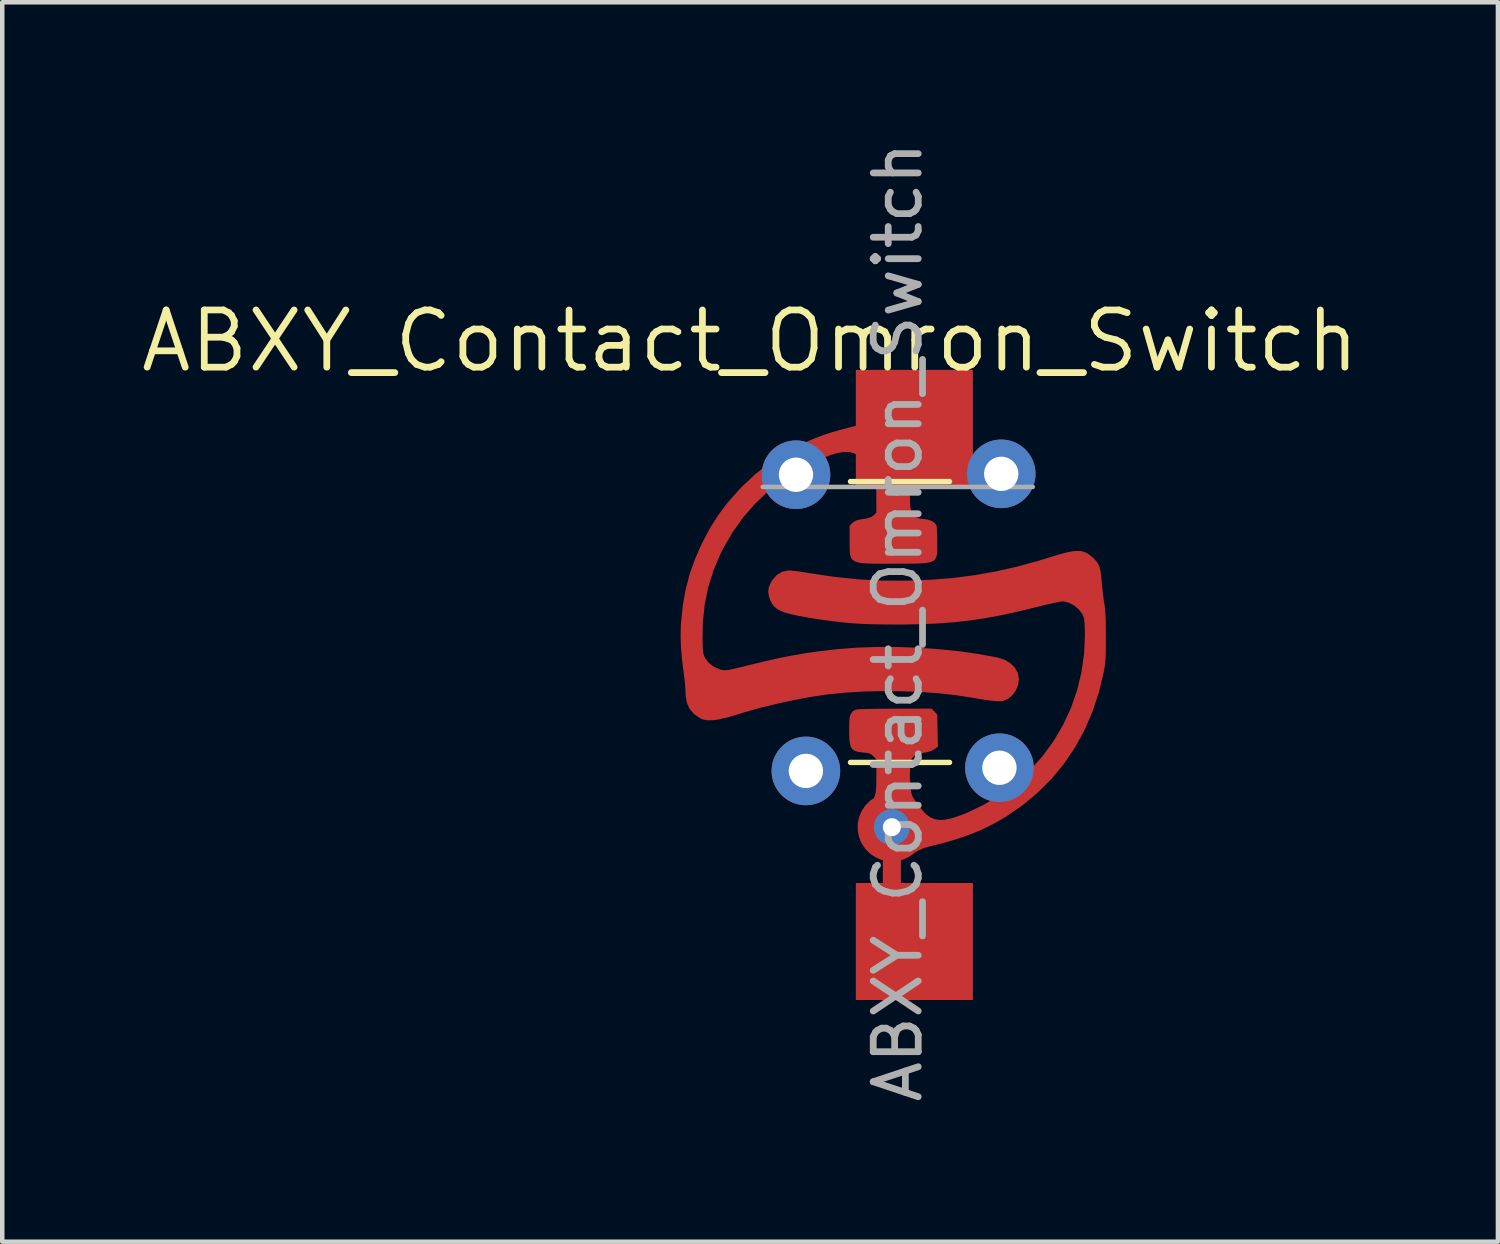
<source format=kicad_pcb>
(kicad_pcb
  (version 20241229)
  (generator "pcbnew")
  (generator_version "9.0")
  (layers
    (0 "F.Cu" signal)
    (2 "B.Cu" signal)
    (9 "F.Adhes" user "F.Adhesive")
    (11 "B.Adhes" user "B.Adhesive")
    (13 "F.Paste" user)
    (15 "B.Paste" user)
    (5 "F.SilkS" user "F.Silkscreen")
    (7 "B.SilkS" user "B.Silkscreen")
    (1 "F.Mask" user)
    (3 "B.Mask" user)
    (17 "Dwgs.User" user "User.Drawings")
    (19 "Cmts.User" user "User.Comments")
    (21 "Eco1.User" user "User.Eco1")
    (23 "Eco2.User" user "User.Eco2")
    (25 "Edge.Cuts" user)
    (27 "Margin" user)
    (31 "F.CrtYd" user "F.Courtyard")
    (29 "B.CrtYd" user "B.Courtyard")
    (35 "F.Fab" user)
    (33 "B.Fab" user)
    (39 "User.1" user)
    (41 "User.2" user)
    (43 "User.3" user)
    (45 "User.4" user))
  (footprint "ABXY_Contact_Omron_Switch"
    (layer "F.Cu")
    (at 16.764 11.027)
    (property "Reference" "ABXY_Contact_Omron_Switch" (at -3.15 -6.5 0) (layer "F.SilkS") (effects (font (size 1.27 1.27) (thickness 0.15))))
    (attr through_hole)
    (fp_rect (start -0.8 -5.86) (end 1.8 -3.26) (stroke (width 0) (type solid)) (fill yes) (layer "F.Mask"))
    (fp_rect (start -0.8 5.54) (end 1.8 8.14) (stroke (width 0) (type solid)) (fill yes) (layer "F.Mask"))
    (fp_circle (center 0 0) (end 4.05 0.06) (stroke (width 0.12) (type solid)) (fill yes) (layer "F.Mask"))
    (fp_line (start -0.919 -3.379) (end 1.281 -3.379) (stroke (width 0.12) (type solid)) (layer "F.SilkS"))
    (fp_line (start 1.281 2.861) (end -0.919 2.861) (stroke (width 0.12) (type solid)) (layer "F.SilkS"))
    (fp_line (start -2.869 -3.259) (end 3.131 -3.259) (stroke (width 0.1) (type solid)) (layer "F.Fab"))
    (fp_text user "${REFERENCE}" (at 0.131 -0.259 90) (layer "F.Fab") (effects (font (size 1 1) (thickness 0.15))))
    (pad "" np_thru_hole circle (at -2.13 -3.53) (size 1.524 1.524) (drill 0.762) (layers "*.Cu" "*.Mask"))
    (pad "" np_thru_hole circle (at 2.39 2.98) (size 1.524 1.524) (drill 0.762) (layers "*.Cu" "*.Mask"))
    (pad "1" smd custom (at 0 -4.2) (size 1.524 1.524) (layers "F.Cu" "F.Mask" "F.Paste") (options (anchor circle)) (primitives (gr_rect (start -0.8 -1.66) (end 1.8 0.94) (width 0) (fill yes)) (gr_poly (pts (xy 0.252 -0.691) (xy 0.406 -0.622) (xy 0.542 -0.517) (xy 0.562 -0.495) (xy 0.646 -0.394) (xy 0.702 -0.297) (xy 0.735 -0.19) (xy 0.749 -0.061) (xy 0.75 0.007) (xy 0.748 0.108) (xy 0.742 0.179) (xy 0.729 0.235) (xy 0.707 0.289) (xy 0.694 0.315) (xy 0.647 0.392) (xy 0.588 0.478) (xy 0.55 0.527) (xy 0.494 0.603) (xy 0.453 0.683) (xy 0.424 0.775) (xy 0.407 0.887) (xy 0.398 1.027) (xy 0.396 1.134) (xy 0.398 1.282) (xy 0.406 1.394) (xy 0.423 1.478) (xy 0.451 1.54) (xy 0.49 1.586) (xy 0.532 1.616) (xy 0.614 1.648) (xy 0.697 1.659) (xy 0.796 1.671) (xy 0.884 1.701) (xy 0.951 1.746) (xy 0.987 1.799) (xy 0.987 1.8) (xy 0.993 1.842) (xy 0.998 1.917) (xy 1.002 2.016) (xy 1.004 2.128) (xy 1.004 2.167) (xy 1.004 2.278) (xy 1.003 2.371) (xy 0.996 2.447) (xy 0.98 2.506) (xy 0.952 2.552) (xy 0.907 2.587) (xy 0.842 2.61) (xy 0.754 2.626) (xy 0.638 2.635) (xy 0.492 2.639) (xy 0.311 2.641) (xy 0.092 2.641) (xy 0.051 2.641) (xy -0.178 2.642) (xy -0.369 2.641) (xy -0.525 2.638) (xy -0.649 2.63) (xy -0.745 2.615) (xy -0.817 2.592) (xy -0.867 2.558) (xy -0.901 2.512) (xy -0.921 2.451) (xy -0.93 2.375) (xy -0.933 2.28) (xy -0.933 2.166) (xy -0.933 2.119) (xy -0.933 1.803) (xy -0.874 1.744) (xy -0.791 1.69) (xy -0.725 1.672) (xy -0.642 1.659) (xy -0.556 1.647) (xy -0.548 1.645) (xy -0.451 1.612) (xy -0.399 1.573) (xy -0.34 1.514) (xy -0.341 1.136) (xy -0.342 0.974) (xy -0.349 0.846) (xy -0.363 0.742) (xy -0.389 0.656) (xy -0.429 0.577) (xy -0.486 0.498) (xy -0.564 0.409) (xy -0.632 0.338) (xy -0.732 0.248) (xy -0.835 0.189) (xy -0.946 0.16) (xy -1.073 0.159) (xy -1.221 0.185) (xy -1.372 0.23) (xy -1.74 0.375) (xy -2.094 0.558) (xy -2.43 0.777) (xy -2.747 1.028) (xy -3.041 1.309) (xy -3.308 1.616) (xy -3.545 1.948) (xy -3.75 2.302) (xy -3.809 2.421) (xy -3.966 2.79) (xy -4.083 3.164) (xy -4.162 3.547) (xy -4.204 3.944) (xy -4.21 4.339) (xy -4.207 4.463) (xy -4.203 4.554) (xy -4.196 4.619) (xy -4.186 4.667) (xy -4.171 4.707) (xy -4.151 4.747) (xy -4.15 4.748) (xy -4.064 4.86) (xy -3.949 4.946) (xy -3.816 5.001) (xy -3.8 5.005) (xy -3.762 5.013) (xy -3.727 5.017) (xy -3.688 5.018) (xy -3.641 5.013) (xy -3.578 5.001) (xy -3.495 4.983) (xy -3.385 4.957) (xy -3.243 4.922) (xy -3.159 4.901) (xy -2.824 4.82) (xy -2.519 4.751) (xy -2.233 4.694) (xy -1.956 4.646) (xy -1.677 4.605) (xy -1.386 4.569) (xy -1.208 4.55) (xy -0.789 4.517) (xy -0.345 4.501) (xy 0.114 4.502) (xy 0.58 4.518) (xy 1.042 4.55) (xy 1.493 4.596) (xy 1.922 4.657) (xy 2.322 4.731) (xy 2.365 4.741) (xy 2.513 4.79) (xy 2.635 4.865) (xy 2.73 4.961) (xy 2.792 5.074) (xy 2.817 5.2) (xy 2.817 5.212) (xy 2.8 5.339) (xy 2.751 5.458) (xy 2.677 5.561) (xy 2.584 5.641) (xy 2.478 5.689) (xy 2.457 5.694) (xy 2.387 5.698) (xy 2.281 5.692) (xy 2.138 5.675) (xy 1.956 5.648) (xy 1.776 5.617) (xy 1.423 5.562) (xy 1.039 5.52) (xy 0.633 5.491) (xy 0.214 5.475) (xy -0.208 5.472) (xy -0.624 5.481) (xy -1.024 5.505) (xy -1.4 5.542) (xy -1.42 5.544) (xy -1.774 5.596) (xy -2.153 5.666) (xy -2.543 5.75) (xy -2.931 5.845) (xy -3.303 5.95) (xy -3.462 5.999) (xy -3.665 6.059) (xy -3.835 6.099) (xy -3.977 6.119) (xy -4.093 6.121) (xy -4.189 6.104) (xy -4.252 6.078) (xy -4.388 5.986) (xy -4.487 5.873) (xy -4.549 5.738) (xy -4.576 5.582) (xy -4.577 5.533) (xy -4.58 5.448) (xy -4.589 5.337) (xy -4.601 5.213) (xy -4.617 5.092) (xy -4.655 4.792) (xy -4.679 4.523) (xy -4.688 4.274) (xy -4.684 4.038) (xy -4.678 3.95) (xy -4.639 3.568) (xy -4.575 3.212) (xy -4.485 2.871) (xy -4.365 2.535) (xy -4.226 2.219) (xy -4.051 1.884) (xy -3.86 1.579) (xy -3.645 1.293) (xy -3.398 1.014) (xy -3.304 0.917) (xy -3.039 0.669) (xy -2.77 0.452) (xy -2.488 0.26) (xy -2.18 0.084) (xy -2.002 -0.005) (xy -1.796 -0.099) (xy -1.594 -0.181) (xy -1.383 -0.253) (xy -1.152 -0.321) (xy -0.943 -0.375) (xy -0.786 -0.416) (xy -0.665 -0.453) (xy -0.573 -0.487) (xy -0.506 -0.521) (xy -0.499 -0.526) (xy -0.386 -0.595) (xy -0.299 -0.644) (xy -0.227 -0.677) (xy -0.163 -0.698) (xy -0.095 -0.712) (xy -0.094 -0.713) (xy 0.084 -0.722) (xy 0.252 -0.691)) (width 0.01) (fill yes))))
    (pad "2" thru_hole circle (at 0 4.3) (size 0.8 0.8) (drill 0.4) (layers "*.Cu" "*.Mask"))
    (pad "2" smd custom (at 0 4.3) (size 1.524 1.524) (layers "F.Cu" "F.Mask" "F.Paste") (options (anchor circle)) (primitives (gr_line (start 0 0) (end 0 2) (width 0.4)) (gr_rect (start -0.8 1.24) (end 1.8 3.84) (width 0) (fill yes)) (gr_poly (pts (xy 4.221 -6.125) (xy 4.302 -6.099) (xy 4.377 -6.056) (xy 4.451 -5.996) (xy 4.472 -5.977) (xy 4.532 -5.914) (xy 4.576 -5.852) (xy 4.608 -5.781) (xy 4.63 -5.693) (xy 4.646 -5.578) (xy 4.656 -5.462) (xy 4.668 -5.333) (xy 4.683 -5.196) (xy 4.699 -5.069) (xy 4.713 -4.98) (xy 4.726 -4.897) (xy 4.735 -4.804) (xy 4.742 -4.694) (xy 4.747 -4.56) (xy 4.749 -4.396) (xy 4.75 -4.238) (xy 4.749 -4.063) (xy 4.748 -3.923) (xy 4.745 -3.809) (xy 4.739 -3.715) (xy 4.732 -3.633) (xy 4.721 -3.555) (xy 4.707 -3.473) (xy 4.703 -3.452) (xy 4.596 -3) (xy 4.453 -2.568) (xy 4.275 -2.158) (xy 4.063 -1.771) (xy 3.817 -1.409) (xy 3.539 -1.072) (xy 3.228 -0.762) (xy 2.887 -0.48) (xy 2.525 -0.233) (xy 2.272 -0.087) (xy 2.014 0.042) (xy 1.741 0.156) (xy 1.447 0.257) (xy 1.125 0.351) (xy 0.858 0.417) (xy 0.713 0.458) (xy 0.587 0.515) (xy 0.516 0.556) (xy 0.435 0.605) (xy 0.359 0.647) (xy 0.301 0.677) (xy 0.292 0.681) (xy 0.186 0.71) (xy 0.062 0.723) (xy -0.061 0.719) (xy -0.088 0.715) (xy -0.231 0.671) (xy -0.369 0.593) (xy -0.491 0.489) (xy -0.587 0.367) (xy -0.611 0.322) (xy -0.664 0.173) (xy -0.683 0.008) (xy -0.676 -0.109) (xy -0.658 -0.205) (xy -0.63 -0.287) (xy -0.587 -0.369) (xy -0.52 -0.464) (xy -0.496 -0.496) (xy -0.443 -0.566) (xy -0.404 -0.626) (xy -0.377 -0.684) (xy -0.358 -0.749) (xy -0.347 -0.829) (xy -0.342 -0.931) (xy -0.34 -1.063) (xy -0.34 -1.139) (xy -0.34 -1.512) (xy -0.409 -1.58) (xy -0.451 -1.617) (xy -0.493 -1.64) (xy -0.55 -1.654) (xy -0.633 -1.663) (xy -0.735 -1.676) (xy -0.812 -1.696) (xy -0.867 -1.728) (xy -0.905 -1.78) (xy -0.927 -1.855) (xy -0.939 -1.959) (xy -0.943 -2.098) (xy -0.943 -2.153) (xy -0.943 -2.275) (xy -0.94 -2.362) (xy -0.934 -2.424) (xy -0.925 -2.469) (xy -0.91 -2.505) (xy -0.9 -2.523) (xy -0.863 -2.574) (xy -0.817 -2.6) (xy -0.762 -2.612) (xy -0.72 -2.615) (xy -0.64 -2.618) (xy -0.529 -2.621) (xy -0.392 -2.624) (xy -0.235 -2.626) (xy -0.063 -2.627) (xy 0.106 -2.628) (xy 0.88 -2.629) (xy 0.942 -2.565) (xy 1.004 -2.5) (xy 1.011 -2.145) (xy 1.017 -1.79) (xy 0.935 -1.733) (xy 0.861 -1.694) (xy 0.766 -1.668) (xy 0.698 -1.657) (xy 0.61 -1.644) (xy 0.551 -1.626) (xy 0.507 -1.6) (xy 0.479 -1.574) (xy 0.447 -1.539) (xy 0.427 -1.503) (xy 0.414 -1.454) (xy 0.405 -1.38) (xy 0.4 -1.324) (xy 0.394 -1.189) (xy 0.396 -1.05) (xy 0.405 -0.919) (xy 0.42 -0.803) (xy 0.44 -0.714) (xy 0.454 -0.68) (xy 0.493 -0.616) (xy 0.549 -0.534) (xy 0.616 -0.446) (xy 0.682 -0.365) (xy 0.738 -0.302) (xy 0.758 -0.283) (xy 0.849 -0.216) (xy 0.948 -0.173) (xy 1.058 -0.155) (xy 1.184 -0.162) (xy 1.332 -0.193) (xy 1.505 -0.25) (xy 1.664 -0.312) (xy 2.046 -0.495) (xy 2.408 -0.713) (xy 2.745 -0.964) (xy 3.056 -1.247) (xy 3.338 -1.558) (xy 3.589 -1.897) (xy 3.597 -1.91) (xy 3.808 -2.269) (xy 3.983 -2.646) (xy 4.12 -3.04) (xy 4.218 -3.445) (xy 4.276 -3.858) (xy 4.294 -4.275) (xy 4.292 -4.346) (xy 4.289 -4.467) (xy 4.284 -4.555) (xy 4.278 -4.618) (xy 4.267 -4.664) (xy 4.251 -4.704) (xy 4.229 -4.745) (xy 4.226 -4.751) (xy 4.149 -4.849) (xy 4.048 -4.932) (xy 3.934 -4.991) (xy 3.82 -5.02) (xy 3.789 -5.021) (xy 3.746 -5.016) (xy 3.669 -5.002) (xy 3.564 -4.979) (xy 3.439 -4.951) (xy 3.301 -4.917) (xy 3.213 -4.895) (xy 2.814 -4.798) (xy 2.443 -4.717) (xy 2.09 -4.651) (xy 1.748 -4.599) (xy 1.405 -4.56) (xy 1.053 -4.533) (xy 0.682 -4.516) (xy 0.283 -4.508) (xy 0.094 -4.507) (xy -0.186 -4.509) (xy -0.433 -4.513) (xy -0.656 -4.521) (xy -0.864 -4.534) (xy -1.067 -4.552) (xy -1.273 -4.575) (xy -1.492 -4.604) (xy -1.674 -4.631) (xy -1.904 -4.668) (xy -2.095 -4.704) (xy -2.253 -4.739) (xy -2.38 -4.775) (xy -2.481 -4.816) (xy -2.559 -4.861) (xy -2.619 -4.914) (xy -2.665 -4.977) (xy -2.699 -5.05) (xy -2.725 -5.125) (xy -2.742 -5.227) (xy -2.73 -5.325) (xy -2.685 -5.43) (xy -2.642 -5.5) (xy -2.55 -5.602) (xy -2.438 -5.669) (xy -2.311 -5.698) (xy -2.282 -5.699) (xy -2.226 -5.695) (xy -2.138 -5.685) (xy -2.027 -5.67) (xy -1.903 -5.651) (xy -1.815 -5.636) (xy -1.275 -5.556) (xy -0.753 -5.502) (xy -0.234 -5.474) (xy 0.296 -5.471) (xy 0.39 -5.473) (xy 0.904 -5.495) (xy 1.39 -5.535) (xy 1.86 -5.596) (xy 2.322 -5.679) (xy 2.789 -5.785) (xy 3.271 -5.918) (xy 3.534 -5.999) (xy 3.727 -6.057) (xy 3.887 -6.1) (xy 4.019 -6.125) (xy 4.128 -6.133) (xy 4.221 -6.125)) (width 0.01) (fill yes))))
    (pad "3" thru_hole circle (at 2.43 -3.55) (size 1.524 1.524) (drill 0.762) (layers "*.Cu" "*.Mask"))
    (pad "5" thru_hole circle (at -1.91 3.05) (size 1.524 1.524) (drill 0.762) (layers "*.Cu" "*.Mask"))
    (zone (net_name "") (layer "F.Cu") (hatch edge 0.508) (connect_pads) (min_thickness 0.254) (filled_areas_thickness no) (keepout (tracks not_allowed) (vias not_allowed) (pads allowed) (copperpour not_allowed) (footprints not_allowed)) (placement (enabled no)) (fill) (polygon (pts (xy 20.299 9.328) (xy 20.364 12.627) (xy 18.364 14.427) (xy 15.164 14.427) (xy 13.164 12.627) (xy 13.164 9.427) (xy 15.164 7.627) (xy 18.364 7.627)))))
  (gr_rect
    (start -3 -3)
    (end 30.229 24.536)
    (stroke (width 0.1) (type default))
    (fill no)
    (layer "Edge.Cuts")))
</source>
